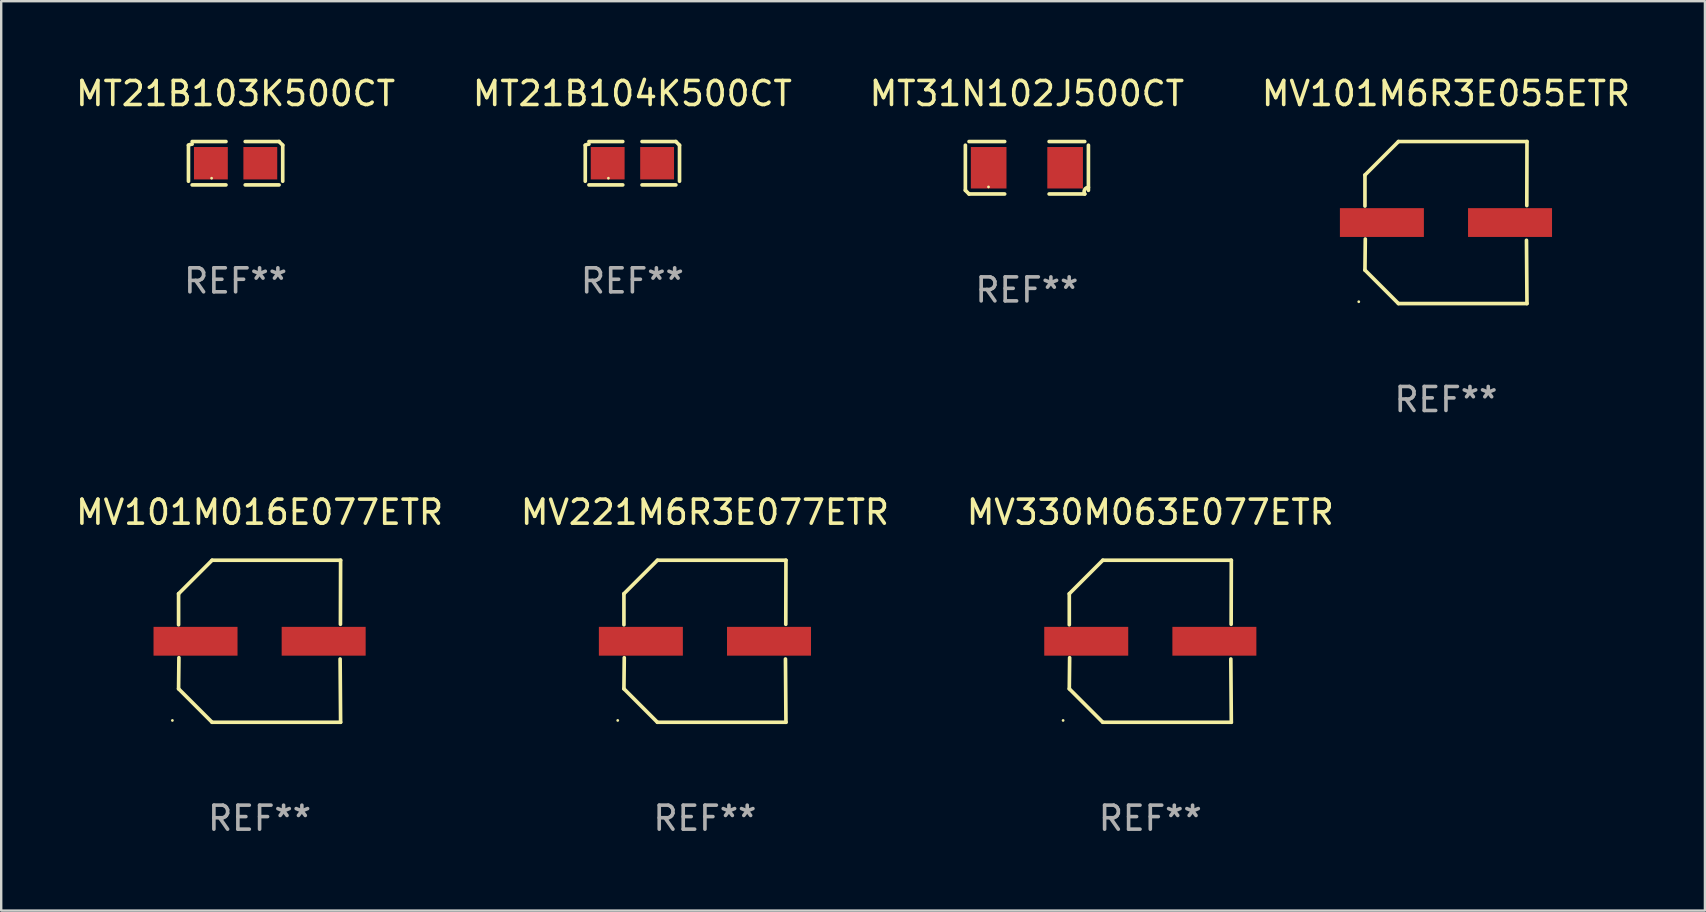
<source format=kicad_pcb>
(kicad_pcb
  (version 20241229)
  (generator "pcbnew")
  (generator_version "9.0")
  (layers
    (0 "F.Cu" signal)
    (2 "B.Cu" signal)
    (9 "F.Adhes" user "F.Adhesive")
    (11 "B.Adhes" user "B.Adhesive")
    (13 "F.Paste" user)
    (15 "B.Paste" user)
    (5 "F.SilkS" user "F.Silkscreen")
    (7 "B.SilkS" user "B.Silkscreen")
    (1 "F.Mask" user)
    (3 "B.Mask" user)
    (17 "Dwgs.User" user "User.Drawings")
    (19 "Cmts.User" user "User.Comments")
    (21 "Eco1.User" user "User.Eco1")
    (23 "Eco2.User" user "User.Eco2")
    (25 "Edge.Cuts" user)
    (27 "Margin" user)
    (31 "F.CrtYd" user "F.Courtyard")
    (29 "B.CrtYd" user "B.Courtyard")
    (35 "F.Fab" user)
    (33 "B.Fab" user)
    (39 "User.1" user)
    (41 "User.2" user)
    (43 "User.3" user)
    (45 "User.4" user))
  (footprint "MT21B103K500CT"
    (layer "F.Cu")
    (at 6.768 3.752)
    (property "Reference" "MT21B103K500CT" (at 0 -2.904 0) (layer "F.SilkS") (effects (font (size 1 1) (thickness 0.15))))
    (attr through_hole)
    (fp_line (start -1.964 0.751) (end -1.964 -0.751) (stroke (width 0.152) (type solid)) (layer "F.SilkS"))
    (fp_line (start -1.811 -0.904) (end -0.401 -0.904) (stroke (width 0.152) (type solid)) (layer "F.SilkS"))
    (fp_line (start -0.401 0.904) (end -1.811 0.904) (stroke (width 0.152) (type solid)) (layer "F.SilkS"))
    (fp_line (start 0.401 0.904) (end 1.811 0.904) (stroke (width 0.152) (type solid)) (layer "F.SilkS"))
    (fp_line (start 1.811 -0.904) (end 0.401 -0.904) (stroke (width 0.152) (type solid)) (layer "F.SilkS"))
    (fp_line (start 1.964 0.751) (end 1.964 -0.751) (stroke (width 0.152) (type solid)) (layer "F.SilkS"))
    (fp_arc (start -1.963602 -0.751207) (mid -1.890354 -0.783131) (end -1.811201 -0.794044) (stroke (width 0.1524) (type solid)) (layer "F.SilkS"))
    (fp_arc (start 1.811202 -0.903607) (mid 1.887413 -0.827418) (end 1.963602 -0.751207) (stroke (width 0.1524) (type solid)) (layer "F.SilkS"))
    (fp_circle (center -1 0.625) (end -0.97 0.625) (stroke (width 0.06) (type solid)) (fill no) (layer "F.SilkS"))
    (fp_text user "REF**" (at 0 4.904 0) (layer "F.Fab") (effects (font (size 1 1) (thickness 0.15))))
    (pad "1" smd rect (at -1.03 0) (size 1.41 1.35) (layers "F.Cu" "F.Mask" "F.Paste"))
    (pad "2" smd rect (at 1.03 0) (size 1.41 1.35) (layers "F.Cu" "F.Mask" "F.Paste")))
  (footprint "MT31N102J500CT"
    (layer "F.Cu")
    (at 39.744 3.941)
    (property "Reference" "MT31N102J500CT" (at 0 -3.093 0) (layer "F.SilkS") (effects (font (size 1 1) (thickness 0.15))))
    (attr through_hole)
    (fp_line (start -2.564 0.94) (end -2.564 -0.94) (stroke (width 0.152) (type solid)) (layer "F.SilkS"))
    (fp_line (start -2.411 -1.093) (end -0.926 -1.093) (stroke (width 0.152) (type solid)) (layer "F.SilkS"))
    (fp_line (start -0.926 1.093) (end -2.411 1.093) (stroke (width 0.152) (type solid)) (layer "F.SilkS"))
    (fp_line (start 0.926 1.093) (end 2.411 1.093) (stroke (width 0.152) (type solid)) (layer "F.SilkS"))
    (fp_line (start 2.411 -1.093) (end 0.926 -1.093) (stroke (width 0.152) (type solid)) (layer "F.SilkS"))
    (fp_line (start 2.564 0.94) (end 2.564 -0.94) (stroke (width 0.152) (type solid)) (layer "F.SilkS"))
    (fp_arc (start -2.411201 1.092609) (mid -2.487413 1.01642) (end -2.563602 0.940208) (stroke (width 0.1524) (type solid)) (layer "F.SilkS"))
    (fp_arc (start 2.411201 1.092609) (mid 2.407159 0.911226) (end 2.563602 0.819347) (stroke (width 0.1524) (type solid)) (layer "F.SilkS"))
    (fp_circle (center -1.6 0.8) (end -1.57 0.8) (stroke (width 0.06) (type solid)) (fill no) (layer "F.SilkS"))
    (fp_text user "REF**" (at 0 5.093 0) (layer "F.Fab") (effects (font (size 1 1) (thickness 0.15))))
    (pad "1" smd rect (at -1.593 0) (size 1.485 1.728) (layers "F.Cu" "F.Mask" "F.Paste"))
    (pad "2" smd rect (at 1.593 0) (size 1.485 1.728) (layers "F.Cu" "F.Mask" "F.Paste")))
  (footprint "MV221M6R3E077ETR"
    (layer "F.Cu")
    (at 26.327 23.673)
    (property "Reference" "MV221M6R3E077ETR" (at 0 -5.376 0) (layer "F.SilkS") (effects (font (size 1 1) (thickness 0.15))))
    (attr through_hole)
    (fp_line (start -3.376 -1.98) (end -3.376 -0.686) (stroke (width 0.152) (type solid)) (layer "F.SilkS"))
    (fp_line (start -3.376 1.981) (end -3.362 0.686) (stroke (width 0.152) (type solid)) (layer "F.SilkS"))
    (fp_line (start -1.981 3.376) (end -3.376 1.981) (stroke (width 0.152) (type solid)) (layer "F.SilkS"))
    (fp_line (start -1.98 -3.376) (end -3.376 -1.98) (stroke (width 0.152) (type solid)) (layer "F.SilkS"))
    (fp_line (start 3.356 0.74) (end 3.376 3.376) (stroke (width 0.152) (type solid)) (layer "F.SilkS"))
    (fp_line (start 3.369 -0.707) (end 3.376 -3.376) (stroke (width 0.152) (type solid)) (layer "F.SilkS"))
    (fp_line (start 3.376 3.376) (end -1.981 3.376) (stroke (width 0.152) (type solid)) (layer "F.SilkS"))
    (fp_line (start 3.376 -3.376) (end -1.98 -3.376) (stroke (width 0.152) (type solid)) (layer "F.SilkS"))
    (fp_circle (center -3.634 3.3) (end -3.604 3.3) (stroke (width 0.06) (type solid)) (fill no) (layer "F.SilkS"))
    (fp_text user "REF**" (at 0 7.376 0) (layer "F.Fab") (effects (font (size 1 1) (thickness 0.15))))
    (pad "1" smd rect (at -2.67 0.000254) (size 3.5 1.2) (layers "F.Cu" "F.Mask" "F.Paste"))
    (pad "2" smd rect (at 2.67 0.000254) (size 3.5 1.2) (layers "F.Cu" "F.Mask" "F.Paste")))
  (footprint "MV101M016E077ETR"
    (layer "F.Cu")
    (at 7.768 23.673)
    (property "Reference" "MV101M016E077ETR" (at 0 -5.376 0) (layer "F.SilkS") (effects (font (size 1 1) (thickness 0.15))))
    (attr through_hole)
    (fp_line (start -3.376 -1.98) (end -3.376 -0.686) (stroke (width 0.152) (type solid)) (layer "F.SilkS"))
    (fp_line (start -3.376 1.981) (end -3.362 0.686) (stroke (width 0.152) (type solid)) (layer "F.SilkS"))
    (fp_line (start -1.981 3.376) (end -3.376 1.981) (stroke (width 0.152) (type solid)) (layer "F.SilkS"))
    (fp_line (start -1.98 -3.376) (end -3.376 -1.98) (stroke (width 0.152) (type solid)) (layer "F.SilkS"))
    (fp_line (start 3.356 0.74) (end 3.376 3.376) (stroke (width 0.152) (type solid)) (layer "F.SilkS"))
    (fp_line (start 3.369 -0.707) (end 3.376 -3.376) (stroke (width 0.152) (type solid)) (layer "F.SilkS"))
    (fp_line (start 3.376 3.376) (end -1.981 3.376) (stroke (width 0.152) (type solid)) (layer "F.SilkS"))
    (fp_line (start 3.376 -3.376) (end -1.98 -3.376) (stroke (width 0.152) (type solid)) (layer "F.SilkS"))
    (fp_circle (center -3.634 3.3) (end -3.604 3.3) (stroke (width 0.06) (type solid)) (fill no) (layer "F.SilkS"))
    (fp_text user "REF**" (at 0 7.376 0) (layer "F.Fab") (effects (font (size 1 1) (thickness 0.15))))
    (pad "1" smd rect (at -2.67 0.000254) (size 3.5 1.2) (layers "F.Cu" "F.Mask" "F.Paste"))
    (pad "2" smd rect (at 2.67 0.000254) (size 3.5 1.2) (layers "F.Cu" "F.Mask" "F.Paste")))
  (footprint "MT21B104K500CT"
    (layer "F.Cu")
    (at 23.304 3.752)
    (property "Reference" "MT21B104K500CT" (at 0 -2.904 0) (layer "F.SilkS") (effects (font (size 1 1) (thickness 0.15))))
    (attr through_hole)
    (fp_line (start -1.964 0.751) (end -1.964 -0.751) (stroke (width 0.152) (type solid)) (layer "F.SilkS"))
    (fp_line (start -1.811 -0.904) (end -0.401 -0.904) (stroke (width 0.152) (type solid)) (layer "F.SilkS"))
    (fp_line (start -0.401 0.904) (end -1.811 0.904) (stroke (width 0.152) (type solid)) (layer "F.SilkS"))
    (fp_line (start 0.401 0.904) (end 1.811 0.904) (stroke (width 0.152) (type solid)) (layer "F.SilkS"))
    (fp_line (start 1.811 -0.904) (end 0.401 -0.904) (stroke (width 0.152) (type solid)) (layer "F.SilkS"))
    (fp_line (start 1.964 0.751) (end 1.964 -0.751) (stroke (width 0.152) (type solid)) (layer "F.SilkS"))
    (fp_arc (start -1.963602 -0.751207) (mid -1.890354 -0.783131) (end -1.811201 -0.794044) (stroke (width 0.1524) (type solid)) (layer "F.SilkS"))
    (fp_arc (start 1.811202 -0.903607) (mid 1.887413 -0.827418) (end 1.963602 -0.751207) (stroke (width 0.1524) (type solid)) (layer "F.SilkS"))
    (fp_circle (center -1 0.625) (end -0.97 0.625) (stroke (width 0.06) (type solid)) (fill no) (layer "F.SilkS"))
    (fp_text user "REF**" (at 0 4.904 0) (layer "F.Fab") (effects (font (size 1 1) (thickness 0.15))))
    (pad "1" smd rect (at -1.03 0) (size 1.41 1.35) (layers "F.Cu" "F.Mask" "F.Paste"))
    (pad "2" smd rect (at 1.03 0) (size 1.41 1.35) (layers "F.Cu" "F.Mask" "F.Paste")))
  (footprint "MV101M6R3E055ETR"
    (layer "F.Cu")
    (at 57.208 6.224)
    (property "Reference" "MV101M6R3E055ETR" (at 0 -5.376 0) (layer "F.SilkS") (effects (font (size 1 1) (thickness 0.15))))
    (attr through_hole)
    (fp_line (start -3.376 -1.98) (end -3.376 -0.686) (stroke (width 0.152) (type solid)) (layer "F.SilkS"))
    (fp_line (start -3.376 1.981) (end -3.362 0.686) (stroke (width 0.152) (type solid)) (layer "F.SilkS"))
    (fp_line (start -1.981 3.376) (end -3.376 1.981) (stroke (width 0.152) (type solid)) (layer "F.SilkS"))
    (fp_line (start -1.98 -3.376) (end -3.376 -1.98) (stroke (width 0.152) (type solid)) (layer "F.SilkS"))
    (fp_line (start 3.356 0.74) (end 3.376 3.376) (stroke (width 0.152) (type solid)) (layer "F.SilkS"))
    (fp_line (start 3.369 -0.707) (end 3.376 -3.376) (stroke (width 0.152) (type solid)) (layer "F.SilkS"))
    (fp_line (start 3.376 3.376) (end -1.981 3.376) (stroke (width 0.152) (type solid)) (layer "F.SilkS"))
    (fp_line (start 3.376 -3.376) (end -1.98 -3.376) (stroke (width 0.152) (type solid)) (layer "F.SilkS"))
    (fp_circle (center -3.634 3.3) (end -3.604 3.3) (stroke (width 0.06) (type solid)) (fill no) (layer "F.SilkS"))
    (fp_text user "REF**" (at 0 7.376 0) (layer "F.Fab") (effects (font (size 1 1) (thickness 0.15))))
    (pad "1" smd rect (at -2.67 0.000254) (size 3.5 1.2) (layers "F.Cu" "F.Mask" "F.Paste"))
    (pad "2" smd rect (at 2.67 0.000254) (size 3.5 1.2) (layers "F.Cu" "F.Mask" "F.Paste")))
  (footprint "MV330M063E077ETR"
    (layer "F.Cu")
    (at 44.887 23.673)
    (property "Reference" "MV330M063E077ETR" (at 0 -5.376 0) (layer "F.SilkS") (effects (font (size 1 1) (thickness 0.15))))
    (attr through_hole)
    (fp_line (start -3.376 -1.98) (end -3.376 -0.686) (stroke (width 0.152) (type solid)) (layer "F.SilkS"))
    (fp_line (start -3.376 1.981) (end -3.362 0.686) (stroke (width 0.152) (type solid)) (layer "F.SilkS"))
    (fp_line (start -1.981 3.376) (end -3.376 1.981) (stroke (width 0.152) (type solid)) (layer "F.SilkS"))
    (fp_line (start -1.98 -3.376) (end -3.376 -1.98) (stroke (width 0.152) (type solid)) (layer "F.SilkS"))
    (fp_line (start 3.356 0.74) (end 3.376 3.376) (stroke (width 0.152) (type solid)) (layer "F.SilkS"))
    (fp_line (start 3.369 -0.707) (end 3.376 -3.376) (stroke (width 0.152) (type solid)) (layer "F.SilkS"))
    (fp_line (start 3.376 3.376) (end -1.981 3.376) (stroke (width 0.152) (type solid)) (layer "F.SilkS"))
    (fp_line (start 3.376 -3.376) (end -1.98 -3.376) (stroke (width 0.152) (type solid)) (layer "F.SilkS"))
    (fp_circle (center -3.634 3.3) (end -3.604 3.3) (stroke (width 0.06) (type solid)) (fill no) (layer "F.SilkS"))
    (fp_text user "REF**" (at 0 7.376 0) (layer "F.Fab") (effects (font (size 1 1) (thickness 0.15))))
    (pad "1" smd rect (at -2.67 0.000254) (size 3.5 1.2) (layers "F.Cu" "F.Mask" "F.Paste"))
    (pad "2" smd rect (at 2.67 0.000254) (size 3.5 1.2) (layers "F.Cu" "F.Mask" "F.Paste")))
  (gr_rect
    (start -3 -3)
    (end 68 34.897)
    (stroke (width 0.1) (type default))
    (fill no)
    (layer "Edge.Cuts")))
</source>
